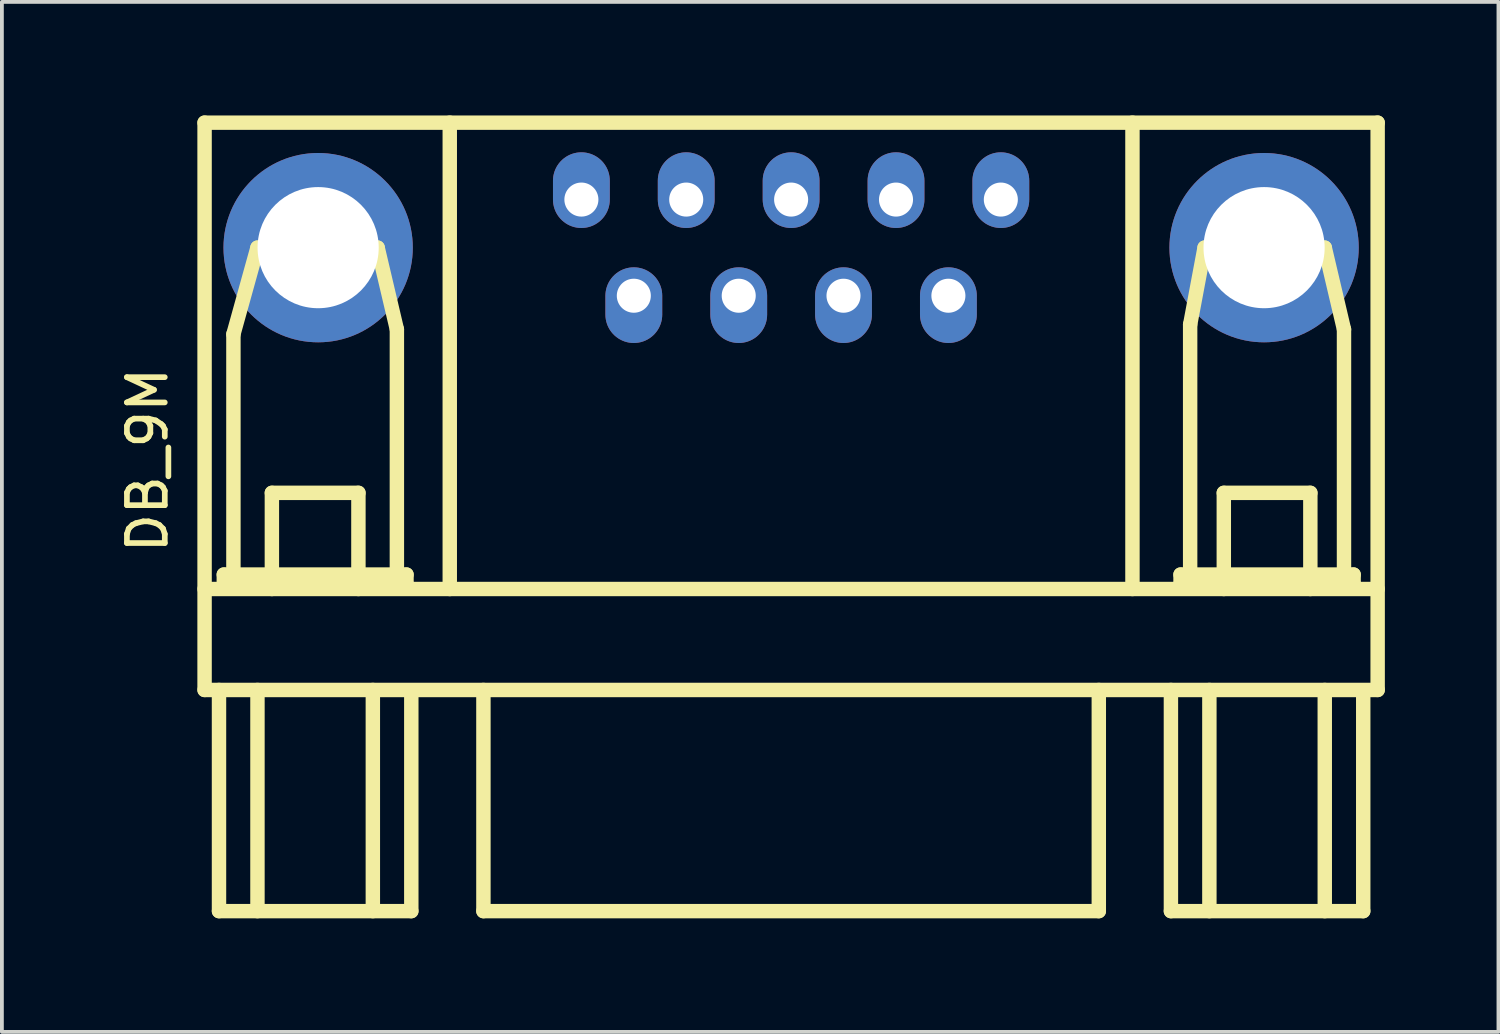
<source format=kicad_pcb>
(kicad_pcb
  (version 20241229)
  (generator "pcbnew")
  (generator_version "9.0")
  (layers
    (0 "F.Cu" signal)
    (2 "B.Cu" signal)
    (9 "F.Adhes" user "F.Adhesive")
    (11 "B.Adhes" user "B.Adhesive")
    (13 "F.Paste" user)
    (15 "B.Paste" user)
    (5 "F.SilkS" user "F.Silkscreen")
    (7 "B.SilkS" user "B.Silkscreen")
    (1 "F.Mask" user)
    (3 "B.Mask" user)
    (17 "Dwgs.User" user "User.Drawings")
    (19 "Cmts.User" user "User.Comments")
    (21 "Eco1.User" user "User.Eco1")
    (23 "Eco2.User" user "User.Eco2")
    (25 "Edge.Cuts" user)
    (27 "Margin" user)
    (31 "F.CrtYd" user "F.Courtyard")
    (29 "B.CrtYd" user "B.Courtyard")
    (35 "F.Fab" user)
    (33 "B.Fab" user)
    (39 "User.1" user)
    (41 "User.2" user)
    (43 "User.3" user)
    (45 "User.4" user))
  (footprint "DB_9M"
    (layer "F.Cu")
    (at 17.848 10.604)
    (property "Reference" "DB_9M" (at -17 -1.5 90) (layer "F.SilkS") (effects (font (size 1 1) (thickness 0.15))))
    (attr through_hole)
    (fp_line (start -15.494 -10.414) (end -15.494 4.572) (stroke (width 0.381) (type solid)) (layer "F.SilkS"))
    (fp_line (start -15.494 1.905) (end 15.494 1.905) (stroke (width 0.381) (type solid)) (layer "F.SilkS"))
    (fp_line (start -15.494 4.572) (end 15.494 4.572) (stroke (width 0.381) (type solid)) (layer "F.SilkS"))
    (fp_line (start -15.113 4.572) (end -15.113 10.414) (stroke (width 0.381) (type solid)) (layer "F.SilkS"))
    (fp_line (start -15.113 10.414) (end -10.033 10.414) (stroke (width 0.381) (type solid)) (layer "F.SilkS"))
    (fp_line (start -14.986 1.524) (end -14.986 1.778) (stroke (width 0.381) (type solid)) (layer "F.SilkS"))
    (fp_line (start -14.986 1.778) (end -10.16 1.778) (stroke (width 0.381) (type solid)) (layer "F.SilkS"))
    (fp_line (start -14.732 -4.826) (end -14.097 -7.112) (stroke (width 0.381) (type solid)) (layer "F.SilkS"))
    (fp_line (start -14.732 1.524) (end -14.732 -4.826) (stroke (width 0.381) (type solid)) (layer "F.SilkS"))
    (fp_line (start -14.097 -7.112) (end -10.922 -7.112) (stroke (width 0.381) (type solid)) (layer "F.SilkS"))
    (fp_line (start -14.097 4.572) (end -14.097 10.414) (stroke (width 0.381) (type solid)) (layer "F.SilkS"))
    (fp_line (start -13.716 -0.635) (end -11.43 -0.635) (stroke (width 0.381) (type solid)) (layer "F.SilkS"))
    (fp_line (start -13.716 1.905) (end -13.716 -0.635) (stroke (width 0.381) (type solid)) (layer "F.SilkS"))
    (fp_line (start -11.43 -0.635) (end -11.43 1.905) (stroke (width 0.381) (type solid)) (layer "F.SilkS"))
    (fp_line (start -11.049 4.572) (end -11.049 10.414) (stroke (width 0.381) (type solid)) (layer "F.SilkS"))
    (fp_line (start -10.922 -7.112) (end -10.414 -4.953) (stroke (width 0.381) (type solid)) (layer "F.SilkS"))
    (fp_line (start -10.414 -4.953) (end -10.414 1.524) (stroke (width 0.381) (type solid)) (layer "F.SilkS"))
    (fp_line (start -10.16 1.524) (end -14.986 1.524) (stroke (width 0.381) (type solid)) (layer "F.SilkS"))
    (fp_line (start -10.16 1.778) (end -10.16 1.524) (stroke (width 0.381) (type solid)) (layer "F.SilkS"))
    (fp_line (start -10.033 10.414) (end -10.033 4.699) (stroke (width 0.381) (type solid)) (layer "F.SilkS"))
    (fp_line (start -9.017 1.905) (end -9.017 -10.414) (stroke (width 0.381) (type solid)) (layer "F.SilkS"))
    (fp_line (start -8.128 4.572) (end -8.128 10.414) (stroke (width 0.381) (type solid)) (layer "F.SilkS"))
    (fp_line (start -8.128 10.414) (end 8.128 10.414) (stroke (width 0.381) (type solid)) (layer "F.SilkS"))
    (fp_line (start 8.128 10.414) (end 8.128 4.572) (stroke (width 0.381) (type solid)) (layer "F.SilkS"))
    (fp_line (start 9.017 1.905) (end 9.017 -10.414) (stroke (width 0.381) (type solid)) (layer "F.SilkS"))
    (fp_line (start 10.033 4.572) (end 10.033 10.414) (stroke (width 0.381) (type solid)) (layer "F.SilkS"))
    (fp_line (start 10.033 10.414) (end 15.113 10.414) (stroke (width 0.381) (type solid)) (layer "F.SilkS"))
    (fp_line (start 10.287 1.524) (end 10.287 1.778) (stroke (width 0.381) (type solid)) (layer "F.SilkS"))
    (fp_line (start 10.287 1.778) (end 14.859 1.778) (stroke (width 0.381) (type solid)) (layer "F.SilkS"))
    (fp_line (start 10.541 -5.08) (end 10.922 -7.112) (stroke (width 0.381) (type solid)) (layer "F.SilkS"))
    (fp_line (start 10.541 1.524) (end 10.541 -5.08) (stroke (width 0.381) (type solid)) (layer "F.SilkS"))
    (fp_line (start 10.922 -7.112) (end 14.097 -7.112) (stroke (width 0.381) (type solid)) (layer "F.SilkS"))
    (fp_line (start 11.049 4.572) (end 11.049 10.414) (stroke (width 0.381) (type solid)) (layer "F.SilkS"))
    (fp_line (start 11.43 -0.635) (end 13.716 -0.635) (stroke (width 0.381) (type solid)) (layer "F.SilkS"))
    (fp_line (start 11.43 1.905) (end 11.43 -0.635) (stroke (width 0.381) (type solid)) (layer "F.SilkS"))
    (fp_line (start 13.716 -0.635) (end 13.716 1.905) (stroke (width 0.381) (type solid)) (layer "F.SilkS"))
    (fp_line (start 14.097 -7.112) (end 14.605 -4.953) (stroke (width 0.381) (type solid)) (layer "F.SilkS"))
    (fp_line (start 14.097 4.572) (end 14.097 10.414) (stroke (width 0.381) (type solid)) (layer "F.SilkS"))
    (fp_line (start 14.605 -4.953) (end 14.605 1.524) (stroke (width 0.381) (type solid)) (layer "F.SilkS"))
    (fp_line (start 14.859 1.524) (end 10.287 1.524) (stroke (width 0.381) (type solid)) (layer "F.SilkS"))
    (fp_line (start 14.859 1.778) (end 14.859 1.524) (stroke (width 0.381) (type solid)) (layer "F.SilkS"))
    (fp_line (start 15.113 10.414) (end 15.113 4.699) (stroke (width 0.381) (type solid)) (layer "F.SilkS"))
    (fp_line (start 15.494 -10.414) (end -15.494 -10.414) (stroke (width 0.381) (type solid)) (layer "F.SilkS"))
    (fp_line (start 15.494 4.572) (end 15.494 -10.414) (stroke (width 0.381) (type solid)) (layer "F.SilkS"))
    (pad "" thru_hole circle (at -12.494 -7.112) (size 5.001 5.001) (drill 3.2) (layers "*.Cu" "*.Mask"))
    (pad "" thru_hole circle (at 12.494 -7.112) (size 5.001 5.001) (drill 3.2) (layers "*.Cu" "*.Mask"))
    (pad "1" thru_hole oval (at -5.54 -8.382) (size 1.501 1.999) (drill 0.899 (offset 0 -0.249)) (layers "*.Cu" "*.Mask"))
    (pad "2" thru_hole oval (at -2.771 -8.382) (size 1.501 1.999) (drill 0.899 (offset 0 -0.249)) (layers "*.Cu" "*.Mask"))
    (pad "3" thru_hole oval (at 0 -8.382) (size 1.501 1.999) (drill 0.899 (offset 0 -0.249)) (layers "*.Cu" "*.Mask"))
    (pad "4" thru_hole oval (at 2.771 -8.382) (size 1.501 1.999) (drill 0.899 (offset 0 -0.249)) (layers "*.Cu" "*.Mask"))
    (pad "5" thru_hole oval (at 5.54 -8.382) (size 1.501 1.999) (drill 0.899 (offset 0 -0.249)) (layers "*.Cu" "*.Mask"))
    (pad "6" thru_hole oval (at -4.155 -5.842) (size 1.501 1.999) (drill 0.899 (offset 0 0.249)) (layers "*.Cu" "*.Mask"))
    (pad "7" thru_hole oval (at -1.384 -5.842) (size 1.501 1.999) (drill 0.899 (offset 0 0.249)) (layers "*.Cu" "*.Mask"))
    (pad "8" thru_hole oval (at 1.384 -5.842) (size 1.501 1.999) (drill 0.899 (offset 0 0.249)) (layers "*.Cu" "*.Mask"))
    (pad "9" thru_hole oval (at 4.155 -5.842) (size 1.501 1.999) (drill 0.899 (offset 0 0.249)) (layers "*.Cu" "*.Mask")))
  (gr_rect
    (start -3 -3)
    (end 36.533 24.209)
    (stroke (width 0.1) (type default))
    (fill no)
    (layer "Edge.Cuts")))
</source>
